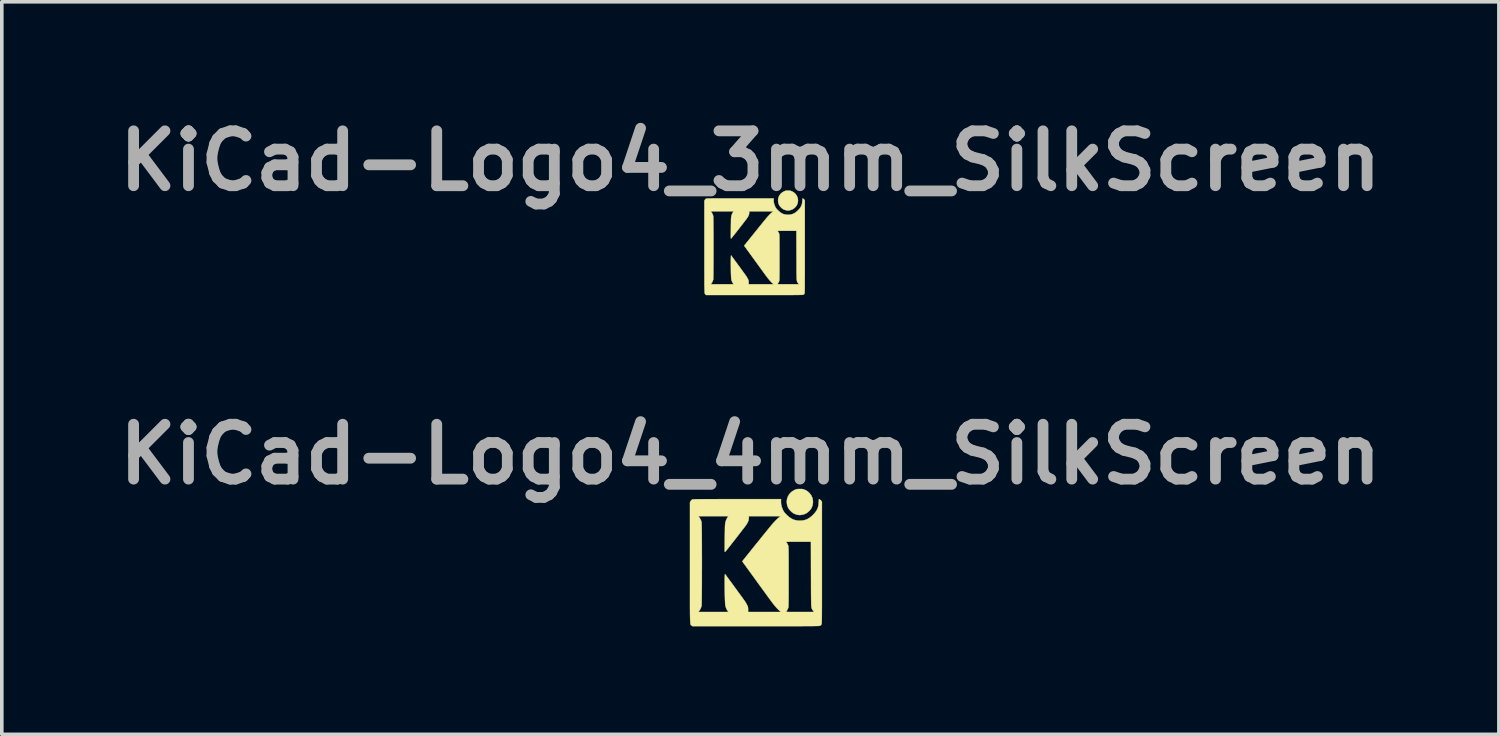
<source format=kicad_pcb>
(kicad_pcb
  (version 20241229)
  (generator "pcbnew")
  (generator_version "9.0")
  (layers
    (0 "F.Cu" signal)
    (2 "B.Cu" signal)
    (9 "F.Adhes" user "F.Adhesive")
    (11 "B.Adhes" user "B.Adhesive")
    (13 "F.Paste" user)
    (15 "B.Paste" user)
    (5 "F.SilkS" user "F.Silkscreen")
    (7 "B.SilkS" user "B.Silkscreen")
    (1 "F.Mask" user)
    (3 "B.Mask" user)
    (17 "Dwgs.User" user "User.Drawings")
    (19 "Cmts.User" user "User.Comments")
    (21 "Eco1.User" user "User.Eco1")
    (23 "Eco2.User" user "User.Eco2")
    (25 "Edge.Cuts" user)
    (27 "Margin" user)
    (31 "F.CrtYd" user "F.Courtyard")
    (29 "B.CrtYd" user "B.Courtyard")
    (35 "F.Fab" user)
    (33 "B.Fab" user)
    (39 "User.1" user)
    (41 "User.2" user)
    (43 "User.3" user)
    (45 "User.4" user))
  (footprint "KiCad-Logo4_4mm_SilkScreen"
    (layer "F.Cu")
    (at 17.787 12.466)
    (property "Reference" "KiCad-Logo4_4mm_SilkScreen" (at 0 -2.9 0) (layer "F.Fab") (effects (font (size 1.524 1.524) (thickness 0.3))))
    (attr exclude_from_pos_files exclude_from_bom)
    (fp_poly (pts (xy 1.429 -1.936) (xy 1.453 -1.933) (xy 1.477 -1.927) (xy 1.488 -1.923) (xy 1.542 -1.901) (xy 1.589 -1.871) (xy 1.635 -1.83) (xy 1.642 -1.823) (xy 1.686 -1.767) (xy 1.717 -1.705) (xy 1.735 -1.638) (xy 1.74 -1.57) (xy 1.731 -1.5) (xy 1.72 -1.462) (xy 1.702 -1.417) (xy 1.68 -1.379) (xy 1.651 -1.343) (xy 1.625 -1.317) (xy 1.573 -1.274) (xy 1.518 -1.244) (xy 1.455 -1.225) (xy 1.448 -1.223) (xy 1.407 -1.216) (xy 1.373 -1.213) (xy 1.338 -1.216) (xy 1.299 -1.223) (xy 1.243 -1.24) (xy 1.193 -1.265) (xy 1.146 -1.3) (xy 1.121 -1.324) (xy 1.08 -1.369) (xy 1.051 -1.414) (xy 1.031 -1.464) (xy 1.019 -1.509) (xy 1.012 -1.579) (xy 1.018 -1.647) (xy 1.037 -1.712) (xy 1.068 -1.772) (xy 1.111 -1.826) (xy 1.164 -1.872) (xy 1.225 -1.907) (xy 1.251 -1.919) (xy 1.272 -1.927) (xy 1.293 -1.932) (xy 1.318 -1.935) (xy 1.353 -1.936) (xy 1.361 -1.936) (xy 1.4 -1.937) (xy 1.429 -1.936)) (stroke (width 0.01) (type solid)) (fill yes) (layer "F.SilkS"))
    (fp_poly (pts (xy 0.85 -1.593) (xy 0.854 -1.517) (xy 0.872 -1.439) (xy 0.904 -1.358) (xy 0.908 -1.35) (xy 0.923 -1.321) (xy 0.939 -1.297) (xy 0.957 -1.273) (xy 0.982 -1.246) (xy 1.012 -1.215) (xy 1.075 -1.159) (xy 1.137 -1.116) (xy 1.201 -1.085) (xy 1.269 -1.066) (xy 1.343 -1.057) (xy 1.375 -1.056) (xy 1.453 -1.061) (xy 1.523 -1.076) (xy 1.589 -1.102) (xy 1.651 -1.14) (xy 1.714 -1.192) (xy 1.738 -1.215) (xy 1.79 -1.271) (xy 1.83 -1.324) (xy 1.86 -1.377) (xy 1.881 -1.432) (xy 1.894 -1.493) (xy 1.9 -1.563) (xy 1.9 -1.566) (xy 1.905 -1.655) (xy 1.93 -1.642) (xy 1.952 -1.627) (xy 1.97 -1.607) (xy 1.972 -1.605) (xy 1.988 -1.58) (xy 1.988 0.107) (xy 1.988 0.292) (xy 1.988 0.464) (xy 1.988 0.621) (xy 1.988 0.766) (xy 1.988 0.899) (xy 1.988 1.02) (xy 1.988 1.13) (xy 1.988 1.229) (xy 1.988 1.318) (xy 1.987 1.397) (xy 1.987 1.468) (xy 1.987 1.53) (xy 1.986 1.584) (xy 1.986 1.631) (xy 1.985 1.671) (xy 1.985 1.705) (xy 1.984 1.733) (xy 1.983 1.756) (xy 1.982 1.775) (xy 1.981 1.789) (xy 1.98 1.8) (xy 1.979 1.809) (xy 1.978 1.814) (xy 1.977 1.818) (xy 1.976 1.819) (xy 1.962 1.841) (xy 1.944 1.858) (xy 1.942 1.859) (xy 1.939 1.86) (xy 1.936 1.861) (xy 1.931 1.863) (xy 1.924 1.864) (xy 1.915 1.865) (xy 1.903 1.866) (xy 1.887 1.867) (xy 1.867 1.868) (xy 1.843 1.868) (xy 1.813 1.869) (xy 1.778 1.869) (xy 1.737 1.87) (xy 1.688 1.87) (xy 1.633 1.871) (xy 1.569 1.871) (xy 1.498 1.871) (xy 1.417 1.872) (xy 1.326 1.872) (xy 1.226 1.872) (xy 1.115 1.872) (xy 0.993 1.872) (xy 0.859 1.872) (xy 0.713 1.872) (xy 0.554 1.872) (xy 0.382 1.872) (xy 0.196 1.872) (xy 0.155 1.872) (xy -1.61 1.872) (xy -1.633 1.853) (xy -1.638 1.849) (xy -1.642 1.846) (xy -1.646 1.844) (xy -1.65 1.84) (xy -1.653 1.836) (xy -1.656 1.831) (xy -1.659 1.823) (xy -1.662 1.813) (xy -1.664 1.799) (xy -1.666 1.782) (xy -1.668 1.76) (xy -1.669 1.734) (xy -1.671 1.702) (xy -1.672 1.664) (xy -1.673 1.62) (xy -1.674 1.569) (xy -1.675 1.51) (xy -1.675 1.443) (xy -1.676 1.367) (xy -1.676 1.282) (xy -1.676 1.187) (xy -1.676 1.082) (xy -1.676 0.965) (xy -1.676 0.838) (xy -1.676 0.698) (xy -1.676 0.546) (xy -1.676 0.38) (xy -1.676 0.201) (xy -1.676 0.111) (xy -1.676 -1.183) (xy -1.445 -1.183) (xy -1.423 -1.155) (xy -1.391 -1.106) (xy -1.366 -1.052) (xy -1.355 -1.015) (xy -1.354 -1.002) (xy -1.353 -0.976) (xy -1.352 -0.937) (xy -1.351 -0.886) (xy -1.35 -0.825) (xy -1.349 -0.754) (xy -1.348 -0.675) (xy -1.347 -0.588) (xy -1.347 -0.494) (xy -1.346 -0.394) (xy -1.346 -0.29) (xy -1.346 -0.181) (xy -1.345 -0.07) (xy -1.345 0.043) (xy -1.345 0.157) (xy -1.345 0.271) (xy -1.346 0.384) (xy -1.346 0.495) (xy -1.346 0.602) (xy -1.346 0.706) (xy -1.347 0.805) (xy -1.348 0.898) (xy -1.348 0.984) (xy -1.349 1.063) (xy -1.35 1.132) (xy -1.351 1.192) (xy -1.352 1.241) (xy -1.353 1.278) (xy -1.354 1.303) (xy -1.355 1.313) (xy -1.374 1.367) (xy -1.401 1.421) (xy -1.423 1.452) (xy -1.445 1.48) (xy -0.609 1.48) (xy -0.631 1.448) (xy -0.658 1.402) (xy -0.679 1.351) (xy -0.694 1.297) (xy -0.696 1.279) (xy -0.699 1.249) (xy -0.701 1.209) (xy -0.703 1.161) (xy -0.705 1.106) (xy -0.707 1.045) (xy -0.708 0.981) (xy -0.709 0.914) (xy -0.71 0.845) (xy -0.711 0.778) (xy -0.711 0.712) (xy -0.711 0.649) (xy -0.711 0.592) (xy -0.71 0.54) (xy -0.709 0.497) (xy -0.707 0.463) (xy -0.705 0.44) (xy -0.703 0.429) (xy -0.702 0.428) (xy -0.695 0.436) (xy -0.681 0.455) (xy -0.661 0.483) (xy -0.634 0.518) (xy -0.603 0.561) (xy -0.567 0.61) (xy -0.528 0.662) (xy -0.487 0.718) (xy -0.445 0.776) (xy -0.402 0.835) (xy -0.36 0.893) (xy -0.319 0.949) (xy -0.28 1.002) (xy -0.244 1.052) (xy -0.212 1.095) (xy -0.186 1.133) (xy -0.165 1.162) (xy -0.15 1.182) (xy -0.146 1.189) (xy -0.127 1.219) (xy -0.107 1.255) (xy -0.089 1.289) (xy -0.088 1.29) (xy -0.075 1.319) (xy -0.068 1.341) (xy -0.063 1.362) (xy -0.062 1.388) (xy -0.062 1.413) (xy -0.062 1.48) (xy 0.396 1.48) (xy 0.853 1.48) (xy 0.842 1.471) (xy 0.992 1.471) (xy 0.993 1.473) (xy 1.001 1.475) (xy 1.015 1.477) (xy 1.038 1.478) (xy 1.07 1.479) (xy 1.112 1.479) (xy 1.164 1.48) (xy 1.229 1.48) (xy 1.306 1.48) (xy 1.378 1.48) (xy 1.77 1.48) (xy 1.741 1.439) (xy 1.734 1.428) (xy 1.727 1.419) (xy 1.721 1.41) (xy 1.715 1.401) (xy 1.71 1.391) (xy 1.706 1.379) (xy 1.702 1.364) (xy 1.699 1.346) (xy 1.696 1.324) (xy 1.694 1.297) (xy 1.692 1.264) (xy 1.691 1.224) (xy 1.69 1.177) (xy 1.689 1.122) (xy 1.688 1.058) (xy 1.687 0.984) (xy 1.687 0.9) (xy 1.686 0.805) (xy 1.686 0.697) (xy 1.686 0.577) (xy 1.685 0.443) (xy 1.685 0.426) (xy 1.683 -0.472) (xy 1.338 -0.472) (xy 1.269 -0.472) (xy 1.205 -0.471) (xy 1.146 -0.471) (xy 1.095 -0.471) (xy 1.053 -0.47) (xy 1.021 -0.469) (xy 1.001 -0.469) (xy 0.994 -0.468) (xy 0.994 -0.468) (xy 0.998 -0.461) (xy 1.008 -0.445) (xy 1.016 -0.435) (xy 1.031 -0.41) (xy 1.045 -0.38) (xy 1.05 -0.368) (xy 1.052 -0.361) (xy 1.054 -0.354) (xy 1.055 -0.344) (xy 1.057 -0.332) (xy 1.058 -0.316) (xy 1.059 -0.296) (xy 1.06 -0.271) (xy 1.061 -0.24) (xy 1.061 -0.201) (xy 1.062 -0.156) (xy 1.062 -0.101) (xy 1.063 -0.038) (xy 1.063 0.036) (xy 1.063 0.121) (xy 1.063 0.217) (xy 1.063 0.326) (xy 1.063 0.449) (xy 1.063 0.501) (xy 1.063 0.629) (xy 1.063 0.743) (xy 1.063 0.844) (xy 1.063 0.933) (xy 1.063 1.011) (xy 1.062 1.079) (xy 1.062 1.137) (xy 1.062 1.186) (xy 1.061 1.227) (xy 1.06 1.261) (xy 1.06 1.288) (xy 1.059 1.311) (xy 1.057 1.328) (xy 1.056 1.341) (xy 1.055 1.352) (xy 1.053 1.36) (xy 1.051 1.367) (xy 1.05 1.369) (xy 1.038 1.397) (xy 1.024 1.425) (xy 1.017 1.435) (xy 1.004 1.453) (xy 0.994 1.468) (xy 0.992 1.471) (xy 0.842 1.471) (xy 0.816 1.45) (xy 0.79 1.426) (xy 0.763 1.399) (xy 0.733 1.368) (xy 0.699 1.329) (xy 0.668 1.292) (xy 0.66 1.282) (xy 0.652 1.272) (xy 0.644 1.263) (xy 0.636 1.253) (xy 0.627 1.241) (xy 0.617 1.228) (xy 0.605 1.211) (xy 0.59 1.192) (xy 0.572 1.168) (xy 0.551 1.139) (xy 0.526 1.105) (xy 0.496 1.064) (xy 0.462 1.017) (xy 0.422 0.962) (xy 0.376 0.899) (xy 0.323 0.826) (xy 0.263 0.744) (xy 0.196 0.652) (xy 0.125 0.553) (xy -0.224 0.073) (xy 0.15 -0.394) (xy 0.21 -0.468) (xy 0.269 -0.54) (xy 0.325 -0.611) (xy 0.379 -0.677) (xy 0.429 -0.739) (xy 0.475 -0.795) (xy 0.515 -0.845) (xy 0.549 -0.886) (xy 0.576 -0.919) (xy 0.595 -0.942) (xy 0.599 -0.947) (xy 0.645 -0.999) (xy 0.69 -1.047) (xy 0.733 -1.09) (xy 0.771 -1.126) (xy 0.804 -1.152) (xy 0.813 -1.158) (xy 0.83 -1.17) (xy 0.84 -1.178) (xy 0.842 -1.18) (xy 0.835 -1.181) (xy 0.814 -1.181) (xy 0.782 -1.182) (xy 0.739 -1.182) (xy 0.686 -1.182) (xy 0.625 -1.183) (xy 0.557 -1.183) (xy 0.484 -1.183) (xy 0.405 -1.183) (xy -0.041 -1.183) (xy -0.041 -1.134) (xy -0.044 -1.096) (xy -0.052 -1.06) (xy -0.068 -1.021) (xy -0.091 -0.978) (xy -0.118 -0.935) (xy -0.129 -0.92) (xy -0.148 -0.895) (xy -0.173 -0.861) (xy -0.205 -0.82) (xy -0.241 -0.773) (xy -0.281 -0.721) (xy -0.324 -0.665) (xy -0.369 -0.608) (xy -0.414 -0.549) (xy -0.46 -0.491) (xy -0.504 -0.435) (xy -0.546 -0.381) (xy -0.585 -0.332) (xy -0.62 -0.288) (xy -0.65 -0.25) (xy -0.674 -0.221) (xy -0.691 -0.201) (xy -0.698 -0.192) (xy -0.701 -0.189) (xy -0.704 -0.188) (xy -0.706 -0.19) (xy -0.708 -0.196) (xy -0.709 -0.207) (xy -0.71 -0.225) (xy -0.711 -0.249) (xy -0.711 -0.282) (xy -0.711 -0.325) (xy -0.71 -0.379) (xy -0.71 -0.444) (xy -0.709 -0.522) (xy -0.709 -0.562) (xy -0.708 -0.65) (xy -0.707 -0.725) (xy -0.706 -0.787) (xy -0.705 -0.839) (xy -0.704 -0.881) (xy -0.703 -0.915) (xy -0.701 -0.943) (xy -0.699 -0.965) (xy -0.697 -0.982) (xy -0.694 -0.997) (xy -0.694 -1) (xy -0.677 -1.06) (xy -0.655 -1.11) (xy -0.631 -1.151) (xy -0.609 -1.183) (xy -1.445 -1.183) (xy -1.676 -1.183) (xy -1.676 -1.564) (xy -1.66 -1.596) (xy -1.64 -1.624) (xy -1.618 -1.641) (xy -1.615 -1.643) (xy -1.61 -1.645) (xy -1.604 -1.646) (xy -1.595 -1.647) (xy -1.583 -1.648) (xy -1.567 -1.649) (xy -1.548 -1.65) (xy -1.523 -1.651) (xy -1.492 -1.652) (xy -1.455 -1.652) (xy -1.411 -1.653) (xy -1.36 -1.653) (xy -1.3 -1.654) (xy -1.232 -1.654) (xy -1.153 -1.654) (xy -1.065 -1.654) (xy -0.965 -1.654) (xy -0.854 -1.655) (xy -0.731 -1.655) (xy -0.595 -1.655) (xy -0.445 -1.655) (xy -0.37 -1.655) (xy 0.853 -1.655) (xy 0.85 -1.593)) (stroke (width 0.01) (type solid)) (fill yes) (layer "F.SilkS")))
  (footprint "KiCad-Logo4_3mm_SilkScreen"
    (layer "F.Cu")
    (at 17.787 3.718)
    (property "Reference" "KiCad-Logo4_3mm_SilkScreen" (at 0 -2.3 0) (layer "F.Fab") (effects (font (size 1.524 1.524) (thickness 0.3))))
    (attr exclude_from_pos_files exclude_from_bom)
    (fp_poly (pts (xy 1.087 -1.473) (xy 1.106 -1.471) (xy 1.124 -1.466) (xy 1.132 -1.463) (xy 1.173 -1.446) (xy 1.209 -1.423) (xy 1.244 -1.393) (xy 1.249 -1.387) (xy 1.283 -1.344) (xy 1.306 -1.297) (xy 1.32 -1.247) (xy 1.324 -1.194) (xy 1.317 -1.141) (xy 1.309 -1.113) (xy 1.295 -1.078) (xy 1.278 -1.049) (xy 1.256 -1.022) (xy 1.236 -1.002) (xy 1.197 -0.97) (xy 1.155 -0.947) (xy 1.107 -0.932) (xy 1.101 -0.93) (xy 1.07 -0.925) (xy 1.044 -0.923) (xy 1.018 -0.925) (xy 0.989 -0.931) (xy 0.946 -0.943) (xy 0.908 -0.962) (xy 0.872 -0.989) (xy 0.853 -1.007) (xy 0.822 -1.042) (xy 0.8 -1.076) (xy 0.784 -1.114) (xy 0.775 -1.148) (xy 0.77 -1.201) (xy 0.775 -1.253) (xy 0.789 -1.302) (xy 0.813 -1.348) (xy 0.845 -1.389) (xy 0.886 -1.424) (xy 0.932 -1.451) (xy 0.952 -1.46) (xy 0.968 -1.466) (xy 0.984 -1.47) (xy 1.003 -1.472) (xy 1.029 -1.473) (xy 1.035 -1.473) (xy 1.065 -1.474) (xy 1.087 -1.473)) (stroke (width 0.01) (type solid)) (fill yes) (layer "F.SilkS"))
    (fp_poly (pts (xy 0.647 -1.212) (xy 0.65 -1.154) (xy 0.664 -1.095) (xy 0.688 -1.033) (xy 0.691 -1.027) (xy 0.702 -1.005) (xy 0.714 -0.987) (xy 0.728 -0.969) (xy 0.747 -0.948) (xy 0.77 -0.925) (xy 0.818 -0.882) (xy 0.865 -0.849) (xy 0.914 -0.825) (xy 0.966 -0.811) (xy 1.022 -0.804) (xy 1.046 -0.803) (xy 1.105 -0.807) (xy 1.159 -0.819) (xy 1.209 -0.839) (xy 1.257 -0.868) (xy 1.304 -0.907) (xy 1.322 -0.925) (xy 1.362 -0.967) (xy 1.393 -1.007) (xy 1.415 -1.048) (xy 1.431 -1.09) (xy 1.441 -1.136) (xy 1.446 -1.19) (xy 1.446 -1.191) (xy 1.449 -1.259) (xy 1.469 -1.249) (xy 1.485 -1.238) (xy 1.499 -1.223) (xy 1.5 -1.221) (xy 1.513 -1.202) (xy 1.513 0.081) (xy 1.513 0.222) (xy 1.513 0.353) (xy 1.513 0.473) (xy 1.513 0.583) (xy 1.513 0.684) (xy 1.513 0.776) (xy 1.513 0.86) (xy 1.512 0.935) (xy 1.512 1.003) (xy 1.512 1.063) (xy 1.512 1.117) (xy 1.512 1.164) (xy 1.511 1.205) (xy 1.511 1.241) (xy 1.51 1.272) (xy 1.51 1.297) (xy 1.51 1.319) (xy 1.509 1.336) (xy 1.508 1.35) (xy 1.508 1.361) (xy 1.507 1.37) (xy 1.506 1.376) (xy 1.505 1.381) (xy 1.504 1.384) (xy 1.504 1.384) (xy 1.493 1.4) (xy 1.479 1.413) (xy 1.478 1.414) (xy 1.475 1.415) (xy 1.473 1.416) (xy 1.469 1.417) (xy 1.464 1.418) (xy 1.457 1.419) (xy 1.448 1.42) (xy 1.436 1.42) (xy 1.421 1.421) (xy 1.402 1.421) (xy 1.38 1.422) (xy 1.353 1.422) (xy 1.321 1.423) (xy 1.285 1.423) (xy 1.242 1.423) (xy 1.194 1.424) (xy 1.139 1.424) (xy 1.078 1.424) (xy 1.009 1.424) (xy 0.933 1.424) (xy 0.848 1.424) (xy 0.755 1.424) (xy 0.654 1.425) (xy 0.543 1.425) (xy 0.422 1.425) (xy 0.291 1.425) (xy 0.149 1.425) (xy 0.118 1.425) (xy -1.225 1.425) (xy -1.243 1.41) (xy -1.246 1.407) (xy -1.25 1.405) (xy -1.253 1.403) (xy -1.255 1.4) (xy -1.258 1.397) (xy -1.26 1.393) (xy -1.262 1.387) (xy -1.264 1.379) (xy -1.266 1.369) (xy -1.268 1.356) (xy -1.269 1.339) (xy -1.27 1.319) (xy -1.271 1.295) (xy -1.272 1.266) (xy -1.273 1.233) (xy -1.274 1.194) (xy -1.274 1.149) (xy -1.275 1.098) (xy -1.275 1.04) (xy -1.275 0.975) (xy -1.275 0.903) (xy -1.275 0.823) (xy -1.276 0.735) (xy -1.276 0.637) (xy -1.276 0.531) (xy -1.276 0.415) (xy -1.276 0.289) (xy -1.276 0.153) (xy -1.276 0.084) (xy -1.276 -0.9) (xy -1.1 -0.9) (xy -1.083 -0.879) (xy -1.059 -0.842) (xy -1.04 -0.8) (xy -1.031 -0.772) (xy -1.03 -0.763) (xy -1.029 -0.743) (xy -1.029 -0.713) (xy -1.028 -0.675) (xy -1.027 -0.628) (xy -1.026 -0.574) (xy -1.026 -0.514) (xy -1.025 -0.447) (xy -1.025 -0.376) (xy -1.024 -0.3) (xy -1.024 -0.22) (xy -1.024 -0.138) (xy -1.024 -0.053) (xy -1.024 0.033) (xy -1.024 0.119) (xy -1.024 0.206) (xy -1.024 0.292) (xy -1.024 0.376) (xy -1.024 0.458) (xy -1.024 0.537) (xy -1.025 0.613) (xy -1.025 0.683) (xy -1.026 0.749) (xy -1.026 0.809) (xy -1.027 0.862) (xy -1.028 0.907) (xy -1.029 0.944) (xy -1.03 0.972) (xy -1.03 0.991) (xy -1.031 0.999) (xy -1.045 1.04) (xy -1.066 1.081) (xy -1.083 1.105) (xy -1.1 1.126) (xy -0.463 1.126) (xy -0.48 1.102) (xy -0.501 1.067) (xy -0.517 1.028) (xy -0.528 0.987) (xy -0.53 0.973) (xy -0.532 0.95) (xy -0.533 0.92) (xy -0.535 0.884) (xy -0.537 0.842) (xy -0.538 0.795) (xy -0.539 0.746) (xy -0.54 0.695) (xy -0.54 0.643) (xy -0.541 0.592) (xy -0.541 0.542) (xy -0.541 0.494) (xy -0.541 0.45) (xy -0.54 0.411) (xy -0.539 0.378) (xy -0.538 0.352) (xy -0.537 0.334) (xy -0.535 0.326) (xy -0.534 0.326) (xy -0.529 0.332) (xy -0.519 0.346) (xy -0.503 0.367) (xy -0.482 0.394) (xy -0.458 0.427) (xy -0.431 0.464) (xy -0.402 0.504) (xy -0.371 0.546) (xy -0.339 0.591) (xy -0.306 0.635) (xy -0.274 0.679) (xy -0.242 0.722) (xy -0.213 0.763) (xy -0.186 0.8) (xy -0.162 0.833) (xy -0.141 0.862) (xy -0.125 0.884) (xy -0.114 0.899) (xy -0.111 0.905) (xy -0.097 0.928) (xy -0.081 0.955) (xy -0.068 0.981) (xy -0.067 0.982) (xy -0.057 1.003) (xy -0.051 1.02) (xy -0.048 1.036) (xy -0.047 1.056) (xy -0.047 1.075) (xy -0.047 1.126) (xy 0.301 1.126) (xy 0.649 1.126) (xy 0.641 1.12) (xy 0.754 1.12) (xy 0.756 1.121) (xy 0.761 1.122) (xy 0.773 1.124) (xy 0.79 1.124) (xy 0.814 1.125) (xy 0.846 1.126) (xy 0.886 1.126) (xy 0.935 1.126) (xy 0.994 1.126) (xy 1.049 1.126) (xy 1.347 1.126) (xy 1.325 1.095) (xy 1.319 1.087) (xy 1.314 1.08) (xy 1.309 1.073) (xy 1.305 1.066) (xy 1.301 1.058) (xy 1.298 1.049) (xy 1.295 1.038) (xy 1.293 1.024) (xy 1.291 1.007) (xy 1.289 0.987) (xy 1.288 0.962) (xy 1.286 0.931) (xy 1.286 0.896) (xy 1.285 0.854) (xy 1.284 0.805) (xy 1.284 0.749) (xy 1.283 0.685) (xy 1.283 0.612) (xy 1.283 0.53) (xy 1.283 0.439) (xy 1.282 0.337) (xy 1.282 0.324) (xy 1.28 -0.359) (xy 1.018 -0.359) (xy 0.966 -0.359) (xy 0.917 -0.359) (xy 0.872 -0.358) (xy 0.833 -0.358) (xy 0.801 -0.358) (xy 0.777 -0.357) (xy 0.762 -0.357) (xy 0.756 -0.356) (xy 0.756 -0.356) (xy 0.759 -0.35) (xy 0.767 -0.339) (xy 0.773 -0.331) (xy 0.785 -0.312) (xy 0.795 -0.289) (xy 0.799 -0.28) (xy 0.8 -0.275) (xy 0.802 -0.269) (xy 0.803 -0.262) (xy 0.804 -0.253) (xy 0.805 -0.241) (xy 0.806 -0.225) (xy 0.807 -0.206) (xy 0.807 -0.182) (xy 0.808 -0.153) (xy 0.808 -0.118) (xy 0.808 -0.077) (xy 0.809 -0.029) (xy 0.809 0.028) (xy 0.809 0.092) (xy 0.809 0.165) (xy 0.809 0.248) (xy 0.809 0.341) (xy 0.809 0.381) (xy 0.809 0.478) (xy 0.809 0.565) (xy 0.809 0.642) (xy 0.809 0.71) (xy 0.809 0.769) (xy 0.808 0.821) (xy 0.808 0.865) (xy 0.808 0.902) (xy 0.807 0.933) (xy 0.807 0.959) (xy 0.806 0.98) (xy 0.805 0.997) (xy 0.805 1.01) (xy 0.804 1.021) (xy 0.802 1.029) (xy 0.801 1.035) (xy 0.8 1.04) (xy 0.799 1.042) (xy 0.79 1.063) (xy 0.779 1.084) (xy 0.774 1.092) (xy 0.764 1.106) (xy 0.756 1.117) (xy 0.754 1.12) (xy 0.641 1.12) (xy 0.621 1.103) (xy 0.601 1.085) (xy 0.58 1.065) (xy 0.558 1.041) (xy 0.532 1.011) (xy 0.508 0.983) (xy 0.502 0.975) (xy 0.496 0.968) (xy 0.49 0.961) (xy 0.484 0.953) (xy 0.477 0.944) (xy 0.469 0.934) (xy 0.46 0.922) (xy 0.449 0.907) (xy 0.435 0.889) (xy 0.419 0.867) (xy 0.4 0.841) (xy 0.378 0.81) (xy 0.351 0.774) (xy 0.321 0.732) (xy 0.286 0.684) (xy 0.246 0.629) (xy 0.2 0.566) (xy 0.149 0.496) (xy 0.095 0.421) (xy -0.171 0.055) (xy 0.114 -0.299) (xy 0.16 -0.356) (xy 0.204 -0.411) (xy 0.247 -0.465) (xy 0.288 -0.515) (xy 0.326 -0.562) (xy 0.361 -0.605) (xy 0.392 -0.643) (xy 0.418 -0.674) (xy 0.438 -0.699) (xy 0.452 -0.717) (xy 0.456 -0.721) (xy 0.49 -0.76) (xy 0.525 -0.797) (xy 0.557 -0.83) (xy 0.587 -0.857) (xy 0.612 -0.877) (xy 0.618 -0.881) (xy 0.631 -0.89) (xy 0.639 -0.896) (xy 0.641 -0.898) (xy 0.635 -0.898) (xy 0.62 -0.899) (xy 0.595 -0.899) (xy 0.562 -0.899) (xy 0.522 -0.9) (xy 0.476 -0.9) (xy 0.424 -0.9) (xy 0.368 -0.9) (xy 0.308 -0.9) (xy -0.032 -0.9) (xy -0.032 -0.863) (xy -0.033 -0.834) (xy -0.04 -0.806) (xy -0.051 -0.777) (xy -0.069 -0.744) (xy -0.09 -0.712) (xy -0.098 -0.7) (xy -0.112 -0.681) (xy -0.132 -0.655) (xy -0.156 -0.624) (xy -0.183 -0.588) (xy -0.214 -0.548) (xy -0.246 -0.506) (xy -0.28 -0.463) (xy -0.315 -0.418) (xy -0.35 -0.374) (xy -0.383 -0.331) (xy -0.416 -0.29) (xy -0.445 -0.252) (xy -0.472 -0.219) (xy -0.495 -0.191) (xy -0.513 -0.168) (xy -0.526 -0.153) (xy -0.531 -0.146) (xy -0.534 -0.144) (xy -0.536 -0.143) (xy -0.537 -0.145) (xy -0.539 -0.149) (xy -0.54 -0.158) (xy -0.54 -0.171) (xy -0.541 -0.19) (xy -0.541 -0.215) (xy -0.541 -0.247) (xy -0.541 -0.288) (xy -0.54 -0.338) (xy -0.54 -0.397) (xy -0.539 -0.428) (xy -0.539 -0.495) (xy -0.538 -0.551) (xy -0.537 -0.599) (xy -0.537 -0.638) (xy -0.536 -0.67) (xy -0.535 -0.697) (xy -0.533 -0.717) (xy -0.532 -0.734) (xy -0.53 -0.747) (xy -0.528 -0.758) (xy -0.528 -0.761) (xy -0.515 -0.806) (xy -0.499 -0.845) (xy -0.48 -0.875) (xy -0.463 -0.9) (xy -1.1 -0.9) (xy -1.276 -0.9) (xy -1.276 -1.19) (xy -1.263 -1.215) (xy -1.248 -1.236) (xy -1.231 -1.249) (xy -1.229 -1.25) (xy -1.225 -1.251) (xy -1.22 -1.252) (xy -1.213 -1.253) (xy -1.204 -1.254) (xy -1.193 -1.255) (xy -1.177 -1.256) (xy -1.159 -1.256) (xy -1.135 -1.257) (xy -1.107 -1.257) (xy -1.074 -1.258) (xy -1.035 -1.258) (xy -0.989 -1.258) (xy -0.937 -1.258) (xy -0.878 -1.259) (xy -0.81 -1.259) (xy -0.735 -1.259) (xy -0.65 -1.259) (xy -0.556 -1.259) (xy -0.453 -1.259) (xy -0.339 -1.259) (xy -0.282 -1.259) (xy 0.649 -1.259) (xy 0.647 -1.212)) (stroke (width 0.01) (type solid)) (fill yes) (layer "F.SilkS")))
  (gr_rect
    (start -3 -3)
    (end 38.575 17.343)
    (stroke (width 0.1) (type default))
    (fill no)
    (layer "Edge.Cuts")))
</source>
